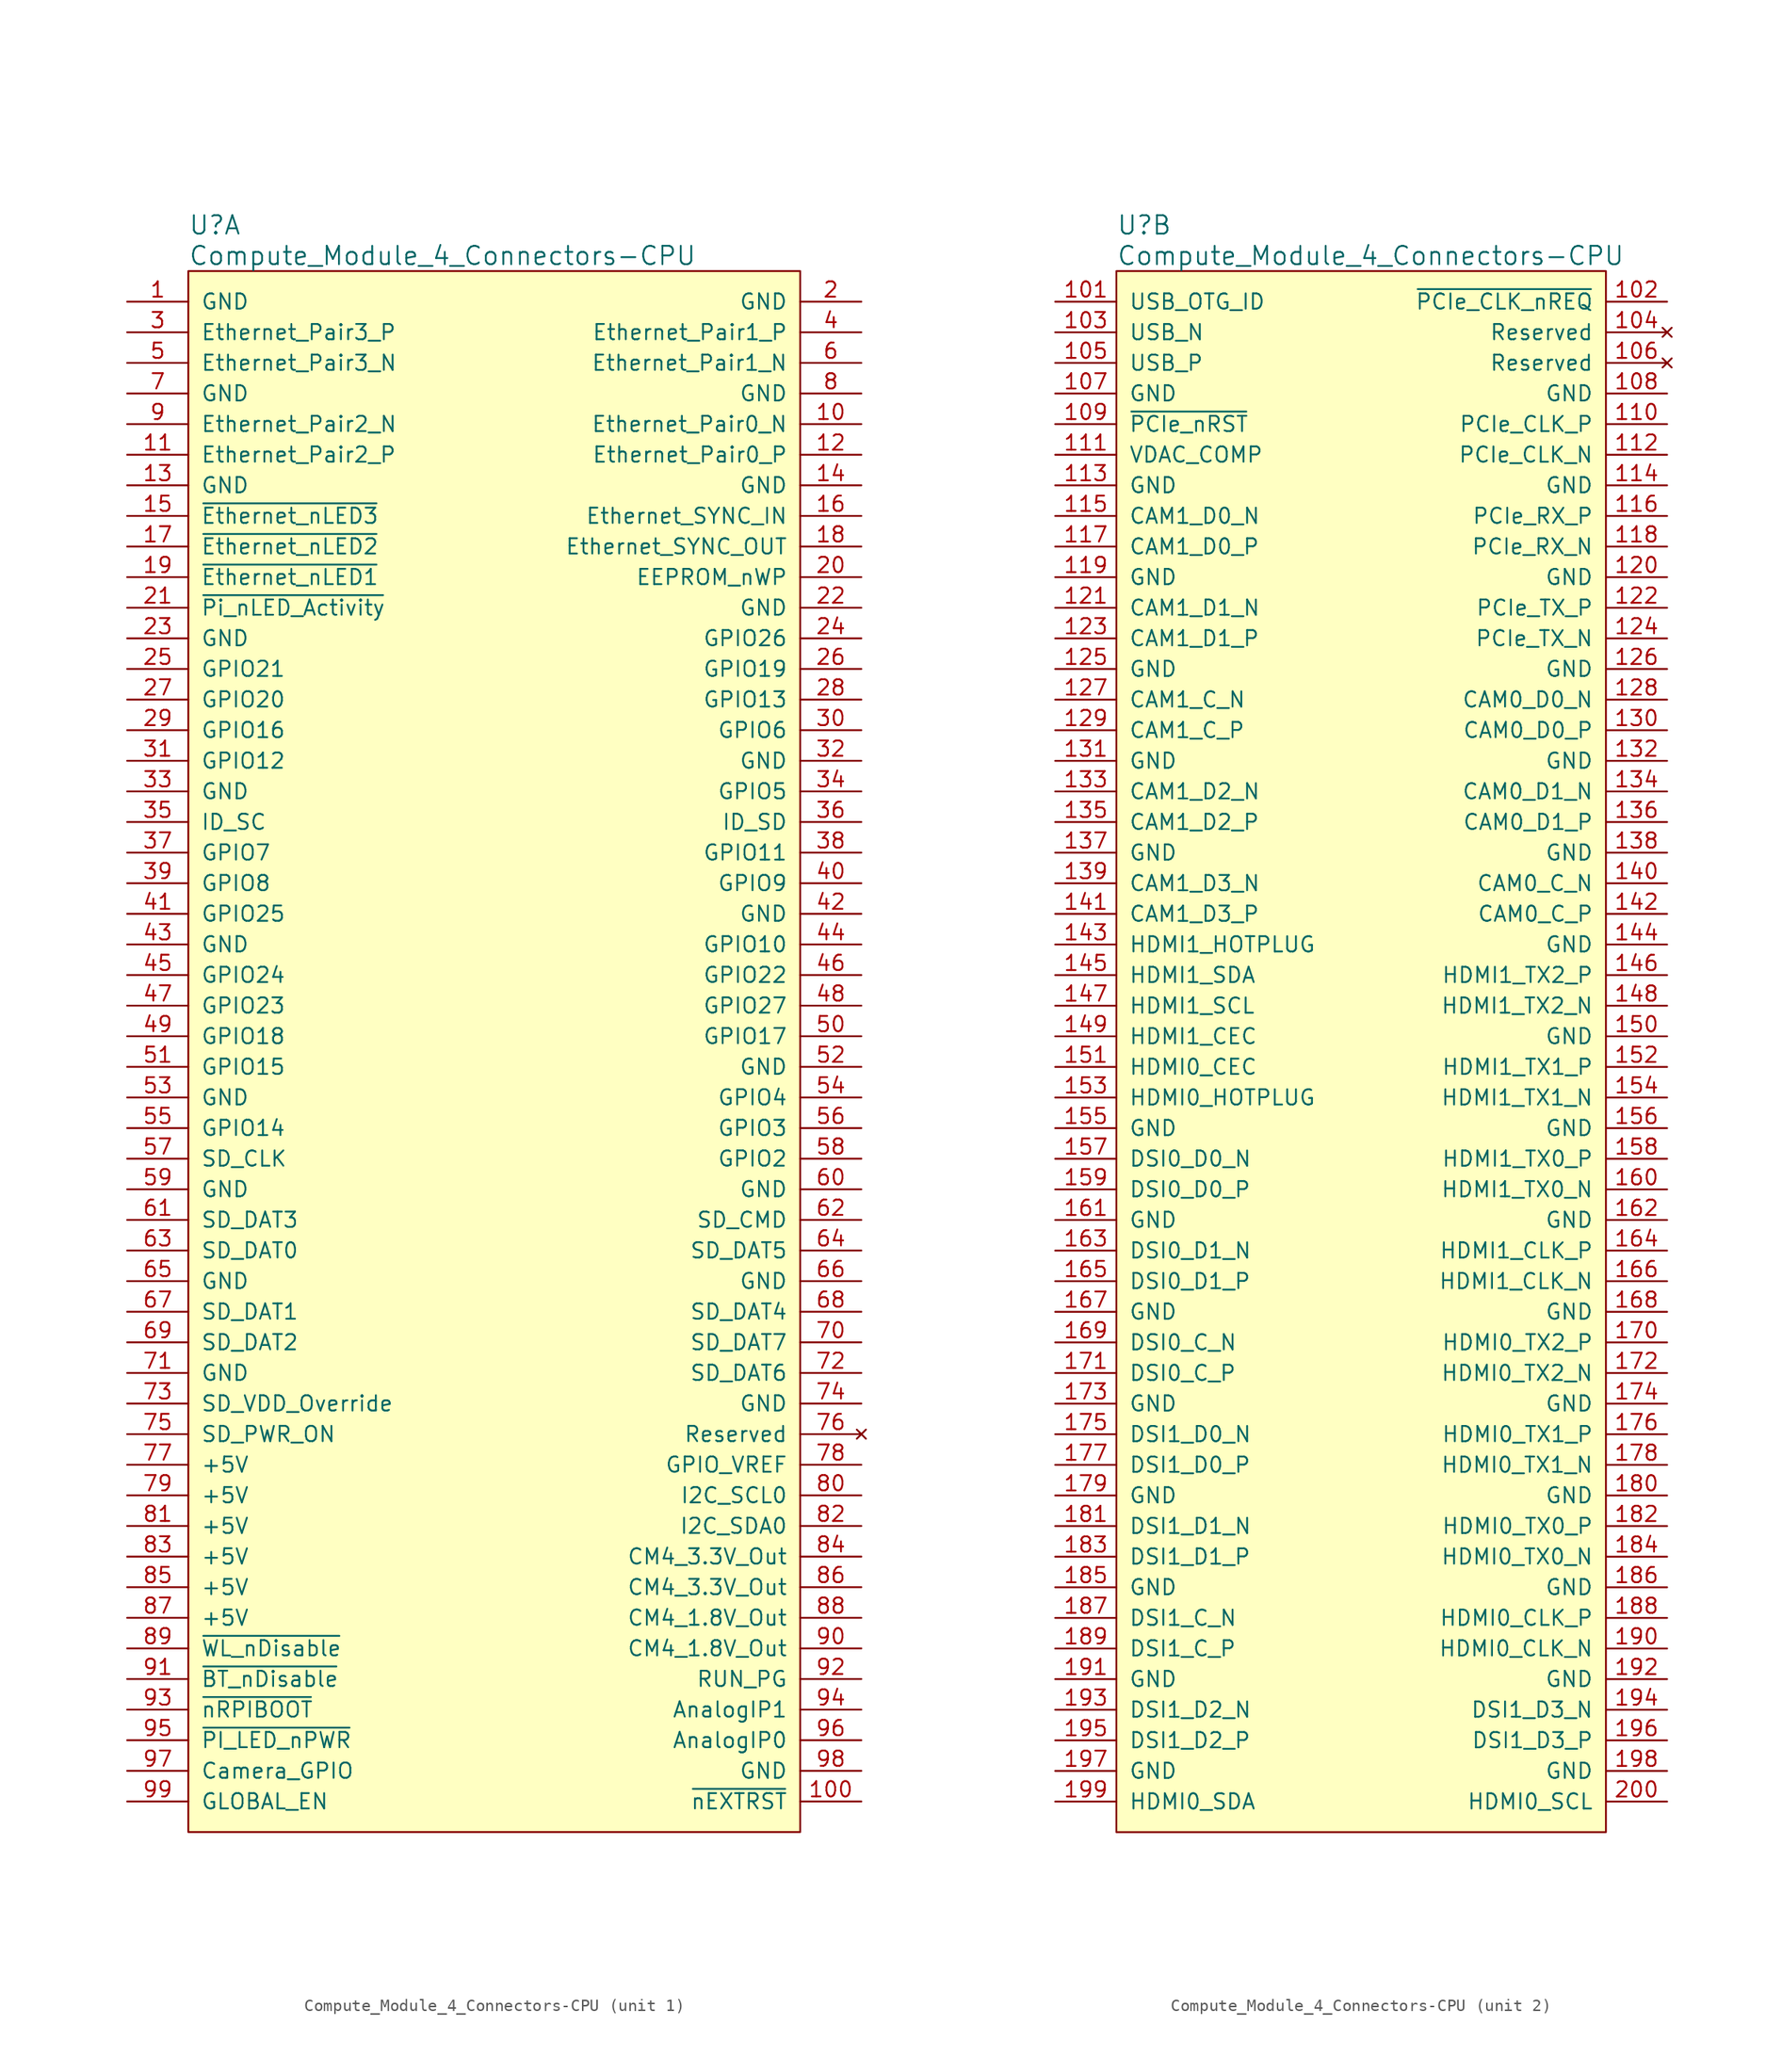
<source format=kicad_sym>
(kicad_symbol_lib
  (version 20211014)
  (generator kicad_symbol_editor)
  (symbol "Compute_Module_4_Connectors-CPU"
    (pin_names
      (offset 1.016))
    (property "Reference" "U"
      (at 5.08 6.35 0)
      (effects (font (size 1.524 1.524)) (justify left)))
    (property "Value" "Compute_Module_4_Connectors-CPU"
      (at 5.08 3.81 0)
      (effects (font (size 1.524 1.524)) (justify left)))
    (property "ki_locked" ""
      (at 0 0 0)
      (effects (font (size 1.27 1.27))))
    (symbol "Compute_Module_4_Connectors-CPU_1_1"
      (rectangle (start 5.08 2.54) (end 55.88 -127) (stroke (width 0) (type default) (color 0 0 0 0)) (fill (type background)))
      (pin power_in line (at 0 0 0) (length 5.08) (name "GND" (effects (font (size 1.27 1.27)))) (number "1" (effects (font (size 1.27 1.27)))))
      (pin passive line (at 60.96 -10.16 180) (length 5.08) (name "Ethernet_Pair0_N" (effects (font (size 1.27 1.27)))) (number "10" (effects (font (size 1.27 1.27)))))
      (pin output line (at 60.96 -124.46 180) (length 5.08) (name "~{nEXTRST}" (effects (font (size 1.27 1.27)))) (number "100" (effects (font (size 1.27 1.27)))))
      (pin passive line (at 0 -12.7 0) (length 5.08) (name "Ethernet_Pair2_P" (effects (font (size 1.27 1.27)))) (number "11" (effects (font (size 1.27 1.27)))))
      (pin passive line (at 60.96 -12.7 180) (length 5.08) (name "Ethernet_Pair0_P" (effects (font (size 1.27 1.27)))) (number "12" (effects (font (size 1.27 1.27)))))
      (pin power_in line (at 0 -15.24 0) (length 5.08) (name "GND" (effects (font (size 1.27 1.27)))) (number "13" (effects (font (size 1.27 1.27)))))
      (pin power_in line (at 60.96 -15.24 180) (length 5.08) (name "GND" (effects (font (size 1.27 1.27)))) (number "14" (effects (font (size 1.27 1.27)))))
      (pin output line (at 0 -17.78 0) (length 5.08) (name "~{Ethernet_nLED3}" (effects (font (size 1.27 1.27)))) (number "15" (effects (font (size 1.27 1.27)))))
      (pin input line (at 60.96 -17.78 180) (length 5.08) (name "Ethernet_SYNC_IN" (effects (font (size 1.27 1.27)))) (number "16" (effects (font (size 1.27 1.27)))))
      (pin output line (at 0 -20.32 0) (length 5.08) (name "~{Ethernet_nLED2}" (effects (font (size 1.27 1.27)))) (number "17" (effects (font (size 1.27 1.27)))))
      (pin input line (at 60.96 -20.32 180) (length 5.08) (name "Ethernet_SYNC_OUT" (effects (font (size 1.27 1.27)))) (number "18" (effects (font (size 1.27 1.27)))))
      (pin output line (at 0 -22.86 0) (length 5.08) (name "~{Ethernet_nLED1}" (effects (font (size 1.27 1.27)))) (number "19" (effects (font (size 1.27 1.27)))))
      (pin power_in line (at 60.96 0 180) (length 5.08) (name "GND" (effects (font (size 1.27 1.27)))) (number "2" (effects (font (size 1.27 1.27)))))
      (pin passive line (at 60.96 -22.86 180) (length 5.08) (name "EEPROM_nWP" (effects (font (size 1.27 1.27)))) (number "20" (effects (font (size 1.27 1.27)))))
      (pin open_collector line (at 0 -25.4 0) (length 5.08) (name "~{Pi_nLED_Activity}" (effects (font (size 1.27 1.27)))) (number "21" (effects (font (size 1.27 1.27)))))
      (pin power_in line (at 60.96 -25.4 180) (length 5.08) (name "GND" (effects (font (size 1.27 1.27)))) (number "22" (effects (font (size 1.27 1.27)))))
      (pin power_in line (at 0 -27.94 0) (length 5.08) (name "GND" (effects (font (size 1.27 1.27)))) (number "23" (effects (font (size 1.27 1.27)))))
      (pin passive line (at 60.96 -27.94 180) (length 5.08) (name "GPIO26" (effects (font (size 1.27 1.27)))) (number "24" (effects (font (size 1.27 1.27)))))
      (pin passive line (at 0 -30.48 0) (length 5.08) (name "GPIO21" (effects (font (size 1.27 1.27)))) (number "25" (effects (font (size 1.27 1.27)))))
      (pin passive line (at 60.96 -30.48 180) (length 5.08) (name "GPIO19" (effects (font (size 1.27 1.27)))) (number "26" (effects (font (size 1.27 1.27)))))
      (pin passive line (at 0 -33.02 0) (length 5.08) (name "GPIO20" (effects (font (size 1.27 1.27)))) (number "27" (effects (font (size 1.27 1.27)))))
      (pin passive line (at 60.96 -33.02 180) (length 5.08) (name "GPIO13" (effects (font (size 1.27 1.27)))) (number "28" (effects (font (size 1.27 1.27)))))
      (pin passive line (at 0 -35.56 0) (length 5.08) (name "GPIO16" (effects (font (size 1.27 1.27)))) (number "29" (effects (font (size 1.27 1.27)))))
      (pin passive line (at 0 -2.54 0) (length 5.08) (name "Ethernet_Pair3_P" (effects (font (size 1.27 1.27)))) (number "3" (effects (font (size 1.27 1.27)))))
      (pin passive line (at 60.96 -35.56 180) (length 5.08) (name "GPIO6" (effects (font (size 1.27 1.27)))) (number "30" (effects (font (size 1.27 1.27)))))
      (pin passive line (at 0 -38.1 0) (length 5.08) (name "GPIO12" (effects (font (size 1.27 1.27)))) (number "31" (effects (font (size 1.27 1.27)))))
      (pin power_in line (at 60.96 -38.1 180) (length 5.08) (name "GND" (effects (font (size 1.27 1.27)))) (number "32" (effects (font (size 1.27 1.27)))))
      (pin power_in line (at 0 -40.64 0) (length 5.08) (name "GND" (effects (font (size 1.27 1.27)))) (number "33" (effects (font (size 1.27 1.27)))))
      (pin passive line (at 60.96 -40.64 180) (length 5.08) (name "GPIO5" (effects (font (size 1.27 1.27)))) (number "34" (effects (font (size 1.27 1.27)))))
      (pin passive line (at 0 -43.18 0) (length 5.08) (name "ID_SC" (effects (font (size 1.27 1.27)))) (number "35" (effects (font (size 1.27 1.27)))))
      (pin passive line (at 60.96 -43.18 180) (length 5.08) (name "ID_SD" (effects (font (size 1.27 1.27)))) (number "36" (effects (font (size 1.27 1.27)))))
      (pin passive line (at 0 -45.72 0) (length 5.08) (name "GPIO7" (effects (font (size 1.27 1.27)))) (number "37" (effects (font (size 1.27 1.27)))))
      (pin passive line (at 60.96 -45.72 180) (length 5.08) (name "GPIO11" (effects (font (size 1.27 1.27)))) (number "38" (effects (font (size 1.27 1.27)))))
      (pin passive line (at 0 -48.26 0) (length 5.08) (name "GPIO8" (effects (font (size 1.27 1.27)))) (number "39" (effects (font (size 1.27 1.27)))))
      (pin passive line (at 60.96 -2.54 180) (length 5.08) (name "Ethernet_Pair1_P" (effects (font (size 1.27 1.27)))) (number "4" (effects (font (size 1.27 1.27)))))
      (pin passive line (at 60.96 -48.26 180) (length 5.08) (name "GPIO9" (effects (font (size 1.27 1.27)))) (number "40" (effects (font (size 1.27 1.27)))))
      (pin passive line (at 0 -50.8 0) (length 5.08) (name "GPIO25" (effects (font (size 1.27 1.27)))) (number "41" (effects (font (size 1.27 1.27)))))
      (pin power_in line (at 60.96 -50.8 180) (length 5.08) (name "GND" (effects (font (size 1.27 1.27)))) (number "42" (effects (font (size 1.27 1.27)))))
      (pin power_in line (at 0 -53.34 0) (length 5.08) (name "GND" (effects (font (size 1.27 1.27)))) (number "43" (effects (font (size 1.27 1.27)))))
      (pin passive line (at 60.96 -53.34 180) (length 5.08) (name "GPIO10" (effects (font (size 1.27 1.27)))) (number "44" (effects (font (size 1.27 1.27)))))
      (pin passive line (at 0 -55.88 0) (length 5.08) (name "GPIO24" (effects (font (size 1.27 1.27)))) (number "45" (effects (font (size 1.27 1.27)))))
      (pin passive line (at 60.96 -55.88 180) (length 5.08) (name "GPIO22" (effects (font (size 1.27 1.27)))) (number "46" (effects (font (size 1.27 1.27)))))
      (pin passive line (at 0 -58.42 0) (length 5.08) (name "GPIO23" (effects (font (size 1.27 1.27)))) (number "47" (effects (font (size 1.27 1.27)))))
      (pin passive line (at 60.96 -58.42 180) (length 5.08) (name "GPIO27" (effects (font (size 1.27 1.27)))) (number "48" (effects (font (size 1.27 1.27)))))
      (pin passive line (at 0 -60.96 0) (length 5.08) (name "GPIO18" (effects (font (size 1.27 1.27)))) (number "49" (effects (font (size 1.27 1.27)))))
      (pin passive line (at 0 -5.08 0) (length 5.08) (name "Ethernet_Pair3_N" (effects (font (size 1.27 1.27)))) (number "5" (effects (font (size 1.27 1.27)))))
      (pin passive line (at 60.96 -60.96 180) (length 5.08) (name "GPIO17" (effects (font (size 1.27 1.27)))) (number "50" (effects (font (size 1.27 1.27)))))
      (pin passive line (at 0 -63.5 0) (length 5.08) (name "GPIO15" (effects (font (size 1.27 1.27)))) (number "51" (effects (font (size 1.27 1.27)))))
      (pin power_in line (at 60.96 -63.5 180) (length 5.08) (name "GND" (effects (font (size 1.27 1.27)))) (number "52" (effects (font (size 1.27 1.27)))))
      (pin power_in line (at 0 -66.04 0) (length 5.08) (name "GND" (effects (font (size 1.27 1.27)))) (number "53" (effects (font (size 1.27 1.27)))))
      (pin passive line (at 60.96 -66.04 180) (length 5.08) (name "GPIO4" (effects (font (size 1.27 1.27)))) (number "54" (effects (font (size 1.27 1.27)))))
      (pin passive line (at 0 -68.58 0) (length 5.08) (name "GPIO14" (effects (font (size 1.27 1.27)))) (number "55" (effects (font (size 1.27 1.27)))))
      (pin passive line (at 60.96 -68.58 180) (length 5.08) (name "GPIO3" (effects (font (size 1.27 1.27)))) (number "56" (effects (font (size 1.27 1.27)))))
      (pin passive line (at 0 -71.12 0) (length 5.08) (name "SD_CLK" (effects (font (size 1.27 1.27)))) (number "57" (effects (font (size 1.27 1.27)))))
      (pin passive line (at 60.96 -71.12 180) (length 5.08) (name "GPIO2" (effects (font (size 1.27 1.27)))) (number "58" (effects (font (size 1.27 1.27)))))
      (pin power_in line (at 0 -73.66 0) (length 5.08) (name "GND" (effects (font (size 1.27 1.27)))) (number "59" (effects (font (size 1.27 1.27)))))
      (pin passive line (at 60.96 -5.08 180) (length 5.08) (name "Ethernet_Pair1_N" (effects (font (size 1.27 1.27)))) (number "6" (effects (font (size 1.27 1.27)))))
      (pin power_in line (at 60.96 -73.66 180) (length 5.08) (name "GND" (effects (font (size 1.27 1.27)))) (number "60" (effects (font (size 1.27 1.27)))))
      (pin passive line (at 0 -76.2 0) (length 5.08) (name "SD_DAT3" (effects (font (size 1.27 1.27)))) (number "61" (effects (font (size 1.27 1.27)))))
      (pin passive line (at 60.96 -76.2 180) (length 5.08) (name "SD_CMD" (effects (font (size 1.27 1.27)))) (number "62" (effects (font (size 1.27 1.27)))))
      (pin passive line (at 0 -78.74 0) (length 5.08) (name "SD_DAT0" (effects (font (size 1.27 1.27)))) (number "63" (effects (font (size 1.27 1.27)))))
      (pin passive line (at 60.96 -78.74 180) (length 5.08) (name "SD_DAT5" (effects (font (size 1.27 1.27)))) (number "64" (effects (font (size 1.27 1.27)))))
      (pin power_in line (at 0 -81.28 0) (length 5.08) (name "GND" (effects (font (size 1.27 1.27)))) (number "65" (effects (font (size 1.27 1.27)))))
      (pin power_in line (at 60.96 -81.28 180) (length 5.08) (name "GND" (effects (font (size 1.27 1.27)))) (number "66" (effects (font (size 1.27 1.27)))))
      (pin passive line (at 0 -83.82 0) (length 5.08) (name "SD_DAT1" (effects (font (size 1.27 1.27)))) (number "67" (effects (font (size 1.27 1.27)))))
      (pin passive line (at 60.96 -83.82 180) (length 5.08) (name "SD_DAT4" (effects (font (size 1.27 1.27)))) (number "68" (effects (font (size 1.27 1.27)))))
      (pin passive line (at 0 -86.36 0) (length 5.08) (name "SD_DAT2" (effects (font (size 1.27 1.27)))) (number "69" (effects (font (size 1.27 1.27)))))
      (pin power_in line (at 0 -7.62 0) (length 5.08) (name "GND" (effects (font (size 1.27 1.27)))) (number "7" (effects (font (size 1.27 1.27)))))
      (pin passive line (at 60.96 -86.36 180) (length 5.08) (name "SD_DAT7" (effects (font (size 1.27 1.27)))) (number "70" (effects (font (size 1.27 1.27)))))
      (pin power_in line (at 0 -88.9 0) (length 5.08) (name "GND" (effects (font (size 1.27 1.27)))) (number "71" (effects (font (size 1.27 1.27)))))
      (pin passive line (at 60.96 -88.9 180) (length 5.08) (name "SD_DAT6" (effects (font (size 1.27 1.27)))) (number "72" (effects (font (size 1.27 1.27)))))
      (pin input line (at 0 -91.44 0) (length 5.08) (name "SD_VDD_Override" (effects (font (size 1.27 1.27)))) (number "73" (effects (font (size 1.27 1.27)))))
      (pin power_in line (at 60.96 -91.44 180) (length 5.08) (name "GND" (effects (font (size 1.27 1.27)))) (number "74" (effects (font (size 1.27 1.27)))))
      (pin output line (at 0 -93.98 0) (length 5.08) (name "SD_PWR_ON" (effects (font (size 1.27 1.27)))) (number "75" (effects (font (size 1.27 1.27)))))
      (pin no_connect line (at 60.96 -93.98 180) (length 5.08) (name "Reserved" (effects (font (size 1.27 1.27)))) (number "76" (effects (font (size 1.27 1.27)))))
      (pin power_in line (at 0 -96.52 0) (length 5.08) (name "+5V" (effects (font (size 1.27 1.27)))) (number "77" (effects (font (size 1.27 1.27)))))
      (pin power_in line (at 60.96 -96.52 180) (length 5.08) (name "GPIO_VREF" (effects (font (size 1.27 1.27)))) (number "78" (effects (font (size 1.27 1.27)))))
      (pin power_in line (at 0 -99.06 0) (length 5.08) (name "+5V" (effects (font (size 1.27 1.27)))) (number "79" (effects (font (size 1.27 1.27)))))
      (pin power_in line (at 60.96 -7.62 180) (length 5.08) (name "GND" (effects (font (size 1.27 1.27)))) (number "8" (effects (font (size 1.27 1.27)))))
      (pin bidirectional line (at 60.96 -99.06 180) (length 5.08) (name "I2C_SCL0" (effects (font (size 1.27 1.27)))) (number "80" (effects (font (size 1.27 1.27)))))
      (pin power_in line (at 0 -101.6 0) (length 5.08) (name "+5V" (effects (font (size 1.27 1.27)))) (number "81" (effects (font (size 1.27 1.27)))))
      (pin bidirectional line (at 60.96 -101.6 180) (length 5.08) (name "I2C_SDA0" (effects (font (size 1.27 1.27)))) (number "82" (effects (font (size 1.27 1.27)))))
      (pin power_in line (at 0 -104.14 0) (length 5.08) (name "+5V" (effects (font (size 1.27 1.27)))) (number "83" (effects (font (size 1.27 1.27)))))
      (pin power_out line (at 60.96 -104.14 180) (length 5.08) (name "CM4_3.3V_Out" (effects (font (size 1.27 1.27)))) (number "84" (effects (font (size 1.27 1.27)))))
      (pin power_in line (at 0 -106.68 0) (length 5.08) (name "+5V" (effects (font (size 1.27 1.27)))) (number "85" (effects (font (size 1.27 1.27)))))
      (pin power_out line (at 60.96 -106.68 180) (length 5.08) (name "CM4_3.3V_Out" (effects (font (size 1.27 1.27)))) (number "86" (effects (font (size 1.27 1.27)))))
      (pin power_in line (at 0 -109.22 0) (length 5.08) (name "+5V" (effects (font (size 1.27 1.27)))) (number "87" (effects (font (size 1.27 1.27)))))
      (pin power_out line (at 60.96 -109.22 180) (length 5.08) (name "CM4_1.8V_Out" (effects (font (size 1.27 1.27)))) (number "88" (effects (font (size 1.27 1.27)))))
      (pin input line (at 0 -111.76 0) (length 5.08) (name "~{WL_nDisable}" (effects (font (size 1.27 1.27)))) (number "89" (effects (font (size 1.27 1.27)))))
      (pin passive line (at 0 -10.16 0) (length 5.08) (name "Ethernet_Pair2_N" (effects (font (size 1.27 1.27)))) (number "9" (effects (font (size 1.27 1.27)))))
      (pin power_out line (at 60.96 -111.76 180) (length 5.08) (name "CM4_1.8V_Out" (effects (font (size 1.27 1.27)))) (number "90" (effects (font (size 1.27 1.27)))))
      (pin input line (at 0 -114.3 0) (length 5.08) (name "~{BT_nDisable}" (effects (font (size 1.27 1.27)))) (number "91" (effects (font (size 1.27 1.27)))))
      (pin passive line (at 60.96 -114.3 180) (length 5.08) (name "RUN_PG" (effects (font (size 1.27 1.27)))) (number "92" (effects (font (size 1.27 1.27)))))
      (pin input line (at 0 -116.84 0) (length 5.08) (name "~{nRPIBOOT}" (effects (font (size 1.27 1.27)))) (number "93" (effects (font (size 1.27 1.27)))))
      (pin passive line (at 60.96 -116.84 180) (length 5.08) (name "AnalogIP1" (effects (font (size 1.27 1.27)))) (number "94" (effects (font (size 1.27 1.27)))))
      (pin output line (at 0 -119.38 0) (length 5.08) (name "~{PI_LED_nPWR}" (effects (font (size 1.27 1.27)))) (number "95" (effects (font (size 1.27 1.27)))))
      (pin passive line (at 60.96 -119.38 180) (length 5.08) (name "AnalogIP0" (effects (font (size 1.27 1.27)))) (number "96" (effects (font (size 1.27 1.27)))))
      (pin passive line (at 0 -121.92 0) (length 5.08) (name "Camera_GPIO" (effects (font (size 1.27 1.27)))) (number "97" (effects (font (size 1.27 1.27)))))
      (pin power_in line (at 60.96 -121.92 180) (length 5.08) (name "GND" (effects (font (size 1.27 1.27)))) (number "98" (effects (font (size 1.27 1.27)))))
      (pin input line (at 0 -124.46 0) (length 5.08) (name "GLOBAL_EN" (effects (font (size 1.27 1.27)))) (number "99" (effects (font (size 1.27 1.27))))))
    (symbol "Compute_Module_4_Connectors-CPU_2_1"
      (rectangle (start 5.08 2.54) (end 45.72 -127) (stroke (width 0) (type default) (color 0 0 0 0)) (fill (type background)))
      (pin input line (at 0 0 0) (length 5.08) (name "USB_OTG_ID" (effects (font (size 1.27 1.27)))) (number "101" (effects (font (size 1.27 1.27)))))
      (pin input line (at 50.8 0 180) (length 5.08) (name "~{PCIe_CLK_nREQ}" (effects (font (size 1.27 1.27)))) (number "102" (effects (font (size 1.27 1.27)))))
      (pin passive line (at 0 -2.54 0) (length 5.08) (name "USB_N" (effects (font (size 1.27 1.27)))) (number "103" (effects (font (size 1.27 1.27)))))
      (pin no_connect line (at 50.8 -2.54 180) (length 5.08) (name "Reserved" (effects (font (size 1.27 1.27)))) (number "104" (effects (font (size 1.27 1.27)))))
      (pin passive line (at 0 -5.08 0) (length 5.08) (name "USB_P" (effects (font (size 1.27 1.27)))) (number "105" (effects (font (size 1.27 1.27)))))
      (pin no_connect line (at 50.8 -5.08 180) (length 5.08) (name "Reserved" (effects (font (size 1.27 1.27)))) (number "106" (effects (font (size 1.27 1.27)))))
      (pin power_in line (at 0 -7.62 0) (length 5.08) (name "GND" (effects (font (size 1.27 1.27)))) (number "107" (effects (font (size 1.27 1.27)))))
      (pin power_in line (at 50.8 -7.62 180) (length 5.08) (name "GND" (effects (font (size 1.27 1.27)))) (number "108" (effects (font (size 1.27 1.27)))))
      (pin output line (at 0 -10.16 0) (length 5.08) (name "~{PCIe_nRST}" (effects (font (size 1.27 1.27)))) (number "109" (effects (font (size 1.27 1.27)))))
      (pin output line (at 50.8 -10.16 180) (length 5.08) (name "PCIe_CLK_P" (effects (font (size 1.27 1.27)))) (number "110" (effects (font (size 1.27 1.27)))))
      (pin output line (at 0 -12.7 0) (length 5.08) (name "VDAC_COMP" (effects (font (size 1.27 1.27)))) (number "111" (effects (font (size 1.27 1.27)))))
      (pin output line (at 50.8 -12.7 180) (length 5.08) (name "PCIe_CLK_N" (effects (font (size 1.27 1.27)))) (number "112" (effects (font (size 1.27 1.27)))))
      (pin power_in line (at 0 -15.24 0) (length 5.08) (name "GND" (effects (font (size 1.27 1.27)))) (number "113" (effects (font (size 1.27 1.27)))))
      (pin power_in line (at 50.8 -15.24 180) (length 5.08) (name "GND" (effects (font (size 1.27 1.27)))) (number "114" (effects (font (size 1.27 1.27)))))
      (pin input line (at 0 -17.78 0) (length 5.08) (name "CAM1_D0_N" (effects (font (size 1.27 1.27)))) (number "115" (effects (font (size 1.27 1.27)))))
      (pin input line (at 50.8 -17.78 180) (length 5.08) (name "PCIe_RX_P" (effects (font (size 1.27 1.27)))) (number "116" (effects (font (size 1.27 1.27)))))
      (pin input line (at 0 -20.32 0) (length 5.08) (name "CAM1_D0_P" (effects (font (size 1.27 1.27)))) (number "117" (effects (font (size 1.27 1.27)))))
      (pin input line (at 50.8 -20.32 180) (length 5.08) (name "PCIe_RX_N" (effects (font (size 1.27 1.27)))) (number "118" (effects (font (size 1.27 1.27)))))
      (pin power_in line (at 0 -22.86 0) (length 5.08) (name "GND" (effects (font (size 1.27 1.27)))) (number "119" (effects (font (size 1.27 1.27)))))
      (pin power_in line (at 50.8 -22.86 180) (length 5.08) (name "GND" (effects (font (size 1.27 1.27)))) (number "120" (effects (font (size 1.27 1.27)))))
      (pin input line (at 0 -25.4 0) (length 5.08) (name "CAM1_D1_N" (effects (font (size 1.27 1.27)))) (number "121" (effects (font (size 1.27 1.27)))))
      (pin output line (at 50.8 -25.4 180) (length 5.08) (name "PCIe_TX_P" (effects (font (size 1.27 1.27)))) (number "122" (effects (font (size 1.27 1.27)))))
      (pin input line (at 0 -27.94 0) (length 5.08) (name "CAM1_D1_P" (effects (font (size 1.27 1.27)))) (number "123" (effects (font (size 1.27 1.27)))))
      (pin output line (at 50.8 -27.94 180) (length 5.08) (name "PCIe_TX_N" (effects (font (size 1.27 1.27)))) (number "124" (effects (font (size 1.27 1.27)))))
      (pin power_in line (at 0 -30.48 0) (length 5.08) (name "GND" (effects (font (size 1.27 1.27)))) (number "125" (effects (font (size 1.27 1.27)))))
      (pin power_in line (at 50.8 -30.48 180) (length 5.08) (name "GND" (effects (font (size 1.27 1.27)))) (number "126" (effects (font (size 1.27 1.27)))))
      (pin input line (at 0 -33.02 0) (length 5.08) (name "CAM1_C_N" (effects (font (size 1.27 1.27)))) (number "127" (effects (font (size 1.27 1.27)))))
      (pin input line (at 50.8 -33.02 180) (length 5.08) (name "CAM0_D0_N" (effects (font (size 1.27 1.27)))) (number "128" (effects (font (size 1.27 1.27)))))
      (pin input line (at 0 -35.56 0) (length 5.08) (name "CAM1_C_P" (effects (font (size 1.27 1.27)))) (number "129" (effects (font (size 1.27 1.27)))))
      (pin input line (at 50.8 -35.56 180) (length 5.08) (name "CAM0_D0_P" (effects (font (size 1.27 1.27)))) (number "130" (effects (font (size 1.27 1.27)))))
      (pin power_in line (at 0 -38.1 0) (length 5.08) (name "GND" (effects (font (size 1.27 1.27)))) (number "131" (effects (font (size 1.27 1.27)))))
      (pin power_in line (at 50.8 -38.1 180) (length 5.08) (name "GND" (effects (font (size 1.27 1.27)))) (number "132" (effects (font (size 1.27 1.27)))))
      (pin input line (at 0 -40.64 0) (length 5.08) (name "CAM1_D2_N" (effects (font (size 1.27 1.27)))) (number "133" (effects (font (size 1.27 1.27)))))
      (pin input line (at 50.8 -40.64 180) (length 5.08) (name "CAM0_D1_N" (effects (font (size 1.27 1.27)))) (number "134" (effects (font (size 1.27 1.27)))))
      (pin input line (at 0 -43.18 0) (length 5.08) (name "CAM1_D2_P" (effects (font (size 1.27 1.27)))) (number "135" (effects (font (size 1.27 1.27)))))
      (pin input line (at 50.8 -43.18 180) (length 5.08) (name "CAM0_D1_P" (effects (font (size 1.27 1.27)))) (number "136" (effects (font (size 1.27 1.27)))))
      (pin power_in line (at 0 -45.72 0) (length 5.08) (name "GND" (effects (font (size 1.27 1.27)))) (number "137" (effects (font (size 1.27 1.27)))))
      (pin power_in line (at 50.8 -45.72 180) (length 5.08) (name "GND" (effects (font (size 1.27 1.27)))) (number "138" (effects (font (size 1.27 1.27)))))
      (pin input line (at 0 -48.26 0) (length 5.08) (name "CAM1_D3_N" (effects (font (size 1.27 1.27)))) (number "139" (effects (font (size 1.27 1.27)))))
      (pin input line (at 50.8 -48.26 180) (length 5.08) (name "CAM0_C_N" (effects (font (size 1.27 1.27)))) (number "140" (effects (font (size 1.27 1.27)))))
      (pin input line (at 0 -50.8 0) (length 5.08) (name "CAM1_D3_P" (effects (font (size 1.27 1.27)))) (number "141" (effects (font (size 1.27 1.27)))))
      (pin input line (at 50.8 -50.8 180) (length 5.08) (name "CAM0_C_P" (effects (font (size 1.27 1.27)))) (number "142" (effects (font (size 1.27 1.27)))))
      (pin input line (at 0 -53.34 0) (length 5.08) (name "HDMI1_HOTPLUG" (effects (font (size 1.27 1.27)))) (number "143" (effects (font (size 1.27 1.27)))))
      (pin power_in line (at 50.8 -53.34 180) (length 5.08) (name "GND" (effects (font (size 1.27 1.27)))) (number "144" (effects (font (size 1.27 1.27)))))
      (pin bidirectional line (at 0 -55.88 0) (length 5.08) (name "HDMI1_SDA" (effects (font (size 1.27 1.27)))) (number "145" (effects (font (size 1.27 1.27)))))
      (pin output line (at 50.8 -55.88 180) (length 5.08) (name "HDMI1_TX2_P" (effects (font (size 1.27 1.27)))) (number "146" (effects (font (size 1.27 1.27)))))
      (pin open_collector line (at 0 -58.42 0) (length 5.08) (name "HDMI1_SCL" (effects (font (size 1.27 1.27)))) (number "147" (effects (font (size 1.27 1.27)))))
      (pin output line (at 50.8 -58.42 180) (length 5.08) (name "HDMI1_TX2_N" (effects (font (size 1.27 1.27)))) (number "148" (effects (font (size 1.27 1.27)))))
      (pin open_collector line (at 0 -60.96 0) (length 5.08) (name "HDMI1_CEC" (effects (font (size 1.27 1.27)))) (number "149" (effects (font (size 1.27 1.27)))))
      (pin power_in line (at 50.8 -60.96 180) (length 5.08) (name "GND" (effects (font (size 1.27 1.27)))) (number "150" (effects (font (size 1.27 1.27)))))
      (pin open_collector line (at 0 -63.5 0) (length 5.08) (name "HDMI0_CEC" (effects (font (size 1.27 1.27)))) (number "151" (effects (font (size 1.27 1.27)))))
      (pin output line (at 50.8 -63.5 180) (length 5.08) (name "HDMI1_TX1_P" (effects (font (size 1.27 1.27)))) (number "152" (effects (font (size 1.27 1.27)))))
      (pin input line (at 0 -66.04 0) (length 5.08) (name "HDMI0_HOTPLUG" (effects (font (size 1.27 1.27)))) (number "153" (effects (font (size 1.27 1.27)))))
      (pin output line (at 50.8 -66.04 180) (length 5.08) (name "HDMI1_TX1_N" (effects (font (size 1.27 1.27)))) (number "154" (effects (font (size 1.27 1.27)))))
      (pin power_in line (at 0 -68.58 0) (length 5.08) (name "GND" (effects (font (size 1.27 1.27)))) (number "155" (effects (font (size 1.27 1.27)))))
      (pin power_in line (at 50.8 -68.58 180) (length 5.08) (name "GND" (effects (font (size 1.27 1.27)))) (number "156" (effects (font (size 1.27 1.27)))))
      (pin output line (at 0 -71.12 0) (length 5.08) (name "DSI0_D0_N" (effects (font (size 1.27 1.27)))) (number "157" (effects (font (size 1.27 1.27)))))
      (pin output line (at 50.8 -71.12 180) (length 5.08) (name "HDMI1_TX0_P" (effects (font (size 1.27 1.27)))) (number "158" (effects (font (size 1.27 1.27)))))
      (pin output line (at 0 -73.66 0) (length 5.08) (name "DSI0_D0_P" (effects (font (size 1.27 1.27)))) (number "159" (effects (font (size 1.27 1.27)))))
      (pin output line (at 50.8 -73.66 180) (length 5.08) (name "HDMI1_TX0_N" (effects (font (size 1.27 1.27)))) (number "160" (effects (font (size 1.27 1.27)))))
      (pin power_in line (at 0 -76.2 0) (length 5.08) (name "GND" (effects (font (size 1.27 1.27)))) (number "161" (effects (font (size 1.27 1.27)))))
      (pin power_in line (at 50.8 -76.2 180) (length 5.08) (name "GND" (effects (font (size 1.27 1.27)))) (number "162" (effects (font (size 1.27 1.27)))))
      (pin output line (at 0 -78.74 0) (length 5.08) (name "DSI0_D1_N" (effects (font (size 1.27 1.27)))) (number "163" (effects (font (size 1.27 1.27)))))
      (pin output line (at 50.8 -78.74 180) (length 5.08) (name "HDMI1_CLK_P" (effects (font (size 1.27 1.27)))) (number "164" (effects (font (size 1.27 1.27)))))
      (pin output line (at 0 -81.28 0) (length 5.08) (name "DSI0_D1_P" (effects (font (size 1.27 1.27)))) (number "165" (effects (font (size 1.27 1.27)))))
      (pin output line (at 50.8 -81.28 180) (length 5.08) (name "HDMI1_CLK_N" (effects (font (size 1.27 1.27)))) (number "166" (effects (font (size 1.27 1.27)))))
      (pin power_in line (at 0 -83.82 0) (length 5.08) (name "GND" (effects (font (size 1.27 1.27)))) (number "167" (effects (font (size 1.27 1.27)))))
      (pin power_in line (at 50.8 -83.82 180) (length 5.08) (name "GND" (effects (font (size 1.27 1.27)))) (number "168" (effects (font (size 1.27 1.27)))))
      (pin output line (at 0 -86.36 0) (length 5.08) (name "DSI0_C_N" (effects (font (size 1.27 1.27)))) (number "169" (effects (font (size 1.27 1.27)))))
      (pin output line (at 50.8 -86.36 180) (length 5.08) (name "HDMI0_TX2_P" (effects (font (size 1.27 1.27)))) (number "170" (effects (font (size 1.27 1.27)))))
      (pin output line (at 0 -88.9 0) (length 5.08) (name "DSI0_C_P" (effects (font (size 1.27 1.27)))) (number "171" (effects (font (size 1.27 1.27)))))
      (pin output line (at 50.8 -88.9 180) (length 5.08) (name "HDMI0_TX2_N" (effects (font (size 1.27 1.27)))) (number "172" (effects (font (size 1.27 1.27)))))
      (pin power_in line (at 0 -91.44 0) (length 5.08) (name "GND" (effects (font (size 1.27 1.27)))) (number "173" (effects (font (size 1.27 1.27)))))
      (pin power_in line (at 50.8 -91.44 180) (length 5.08) (name "GND" (effects (font (size 1.27 1.27)))) (number "174" (effects (font (size 1.27 1.27)))))
      (pin output line (at 0 -93.98 0) (length 5.08) (name "DSI1_D0_N" (effects (font (size 1.27 1.27)))) (number "175" (effects (font (size 1.27 1.27)))))
      (pin output line (at 50.8 -93.98 180) (length 5.08) (name "HDMI0_TX1_P" (effects (font (size 1.27 1.27)))) (number "176" (effects (font (size 1.27 1.27)))))
      (pin output line (at 0 -96.52 0) (length 5.08) (name "DSI1_D0_P" (effects (font (size 1.27 1.27)))) (number "177" (effects (font (size 1.27 1.27)))))
      (pin output line (at 50.8 -96.52 180) (length 5.08) (name "HDMI0_TX1_N" (effects (font (size 1.27 1.27)))) (number "178" (effects (font (size 1.27 1.27)))))
      (pin power_in line (at 0 -99.06 0) (length 5.08) (name "GND" (effects (font (size 1.27 1.27)))) (number "179" (effects (font (size 1.27 1.27)))))
      (pin power_in line (at 50.8 -99.06 180) (length 5.08) (name "GND" (effects (font (size 1.27 1.27)))) (number "180" (effects (font (size 1.27 1.27)))))
      (pin output line (at 0 -101.6 0) (length 5.08) (name "DSI1_D1_N" (effects (font (size 1.27 1.27)))) (number "181" (effects (font (size 1.27 1.27)))))
      (pin output line (at 50.8 -101.6 180) (length 5.08) (name "HDMI0_TX0_P" (effects (font (size 1.27 1.27)))) (number "182" (effects (font (size 1.27 1.27)))))
      (pin output line (at 0 -104.14 0) (length 5.08) (name "DSI1_D1_P" (effects (font (size 1.27 1.27)))) (number "183" (effects (font (size 1.27 1.27)))))
      (pin output line (at 50.8 -104.14 180) (length 5.08) (name "HDMI0_TX0_N" (effects (font (size 1.27 1.27)))) (number "184" (effects (font (size 1.27 1.27)))))
      (pin power_in line (at 0 -106.68 0) (length 5.08) (name "GND" (effects (font (size 1.27 1.27)))) (number "185" (effects (font (size 1.27 1.27)))))
      (pin power_in line (at 50.8 -106.68 180) (length 5.08) (name "GND" (effects (font (size 1.27 1.27)))) (number "186" (effects (font (size 1.27 1.27)))))
      (pin output line (at 0 -109.22 0) (length 5.08) (name "DSI1_C_N" (effects (font (size 1.27 1.27)))) (number "187" (effects (font (size 1.27 1.27)))))
      (pin output line (at 50.8 -109.22 180) (length 5.08) (name "HDMI0_CLK_P" (effects (font (size 1.27 1.27)))) (number "188" (effects (font (size 1.27 1.27)))))
      (pin output line (at 0 -111.76 0) (length 5.08) (name "DSI1_C_P" (effects (font (size 1.27 1.27)))) (number "189" (effects (font (size 1.27 1.27)))))
      (pin output line (at 50.8 -111.76 180) (length 5.08) (name "HDMI0_CLK_N" (effects (font (size 1.27 1.27)))) (number "190" (effects (font (size 1.27 1.27)))))
      (pin power_in line (at 0 -114.3 0) (length 5.08) (name "GND" (effects (font (size 1.27 1.27)))) (number "191" (effects (font (size 1.27 1.27)))))
      (pin power_in line (at 50.8 -114.3 180) (length 5.08) (name "GND" (effects (font (size 1.27 1.27)))) (number "192" (effects (font (size 1.27 1.27)))))
      (pin output line (at 0 -116.84 0) (length 5.08) (name "DSI1_D2_N" (effects (font (size 1.27 1.27)))) (number "193" (effects (font (size 1.27 1.27)))))
      (pin output line (at 50.8 -116.84 180) (length 5.08) (name "DSI1_D3_N" (effects (font (size 1.27 1.27)))) (number "194" (effects (font (size 1.27 1.27)))))
      (pin output line (at 0 -119.38 0) (length 5.08) (name "DSI1_D2_P" (effects (font (size 1.27 1.27)))) (number "195" (effects (font (size 1.27 1.27)))))
      (pin output line (at 50.8 -119.38 180) (length 5.08) (name "DSI1_D3_P" (effects (font (size 1.27 1.27)))) (number "196" (effects (font (size 1.27 1.27)))))
      (pin power_in line (at 0 -121.92 0) (length 5.08) (name "GND" (effects (font (size 1.27 1.27)))) (number "197" (effects (font (size 1.27 1.27)))))
      (pin power_in line (at 50.8 -121.92 180) (length 5.08) (name "GND" (effects (font (size 1.27 1.27)))) (number "198" (effects (font (size 1.27 1.27)))))
      (pin bidirectional line (at 0 -124.46 0) (length 5.08) (name "HDMI0_SDA" (effects (font (size 1.27 1.27)))) (number "199" (effects (font (size 1.27 1.27)))))
      (pin open_collector line (at 50.8 -124.46 180) (length 5.08) (name "HDMI0_SCL" (effects (font (size 1.27 1.27)))) (number "200" (effects (font (size 1.27 1.27))))))))
</source>
